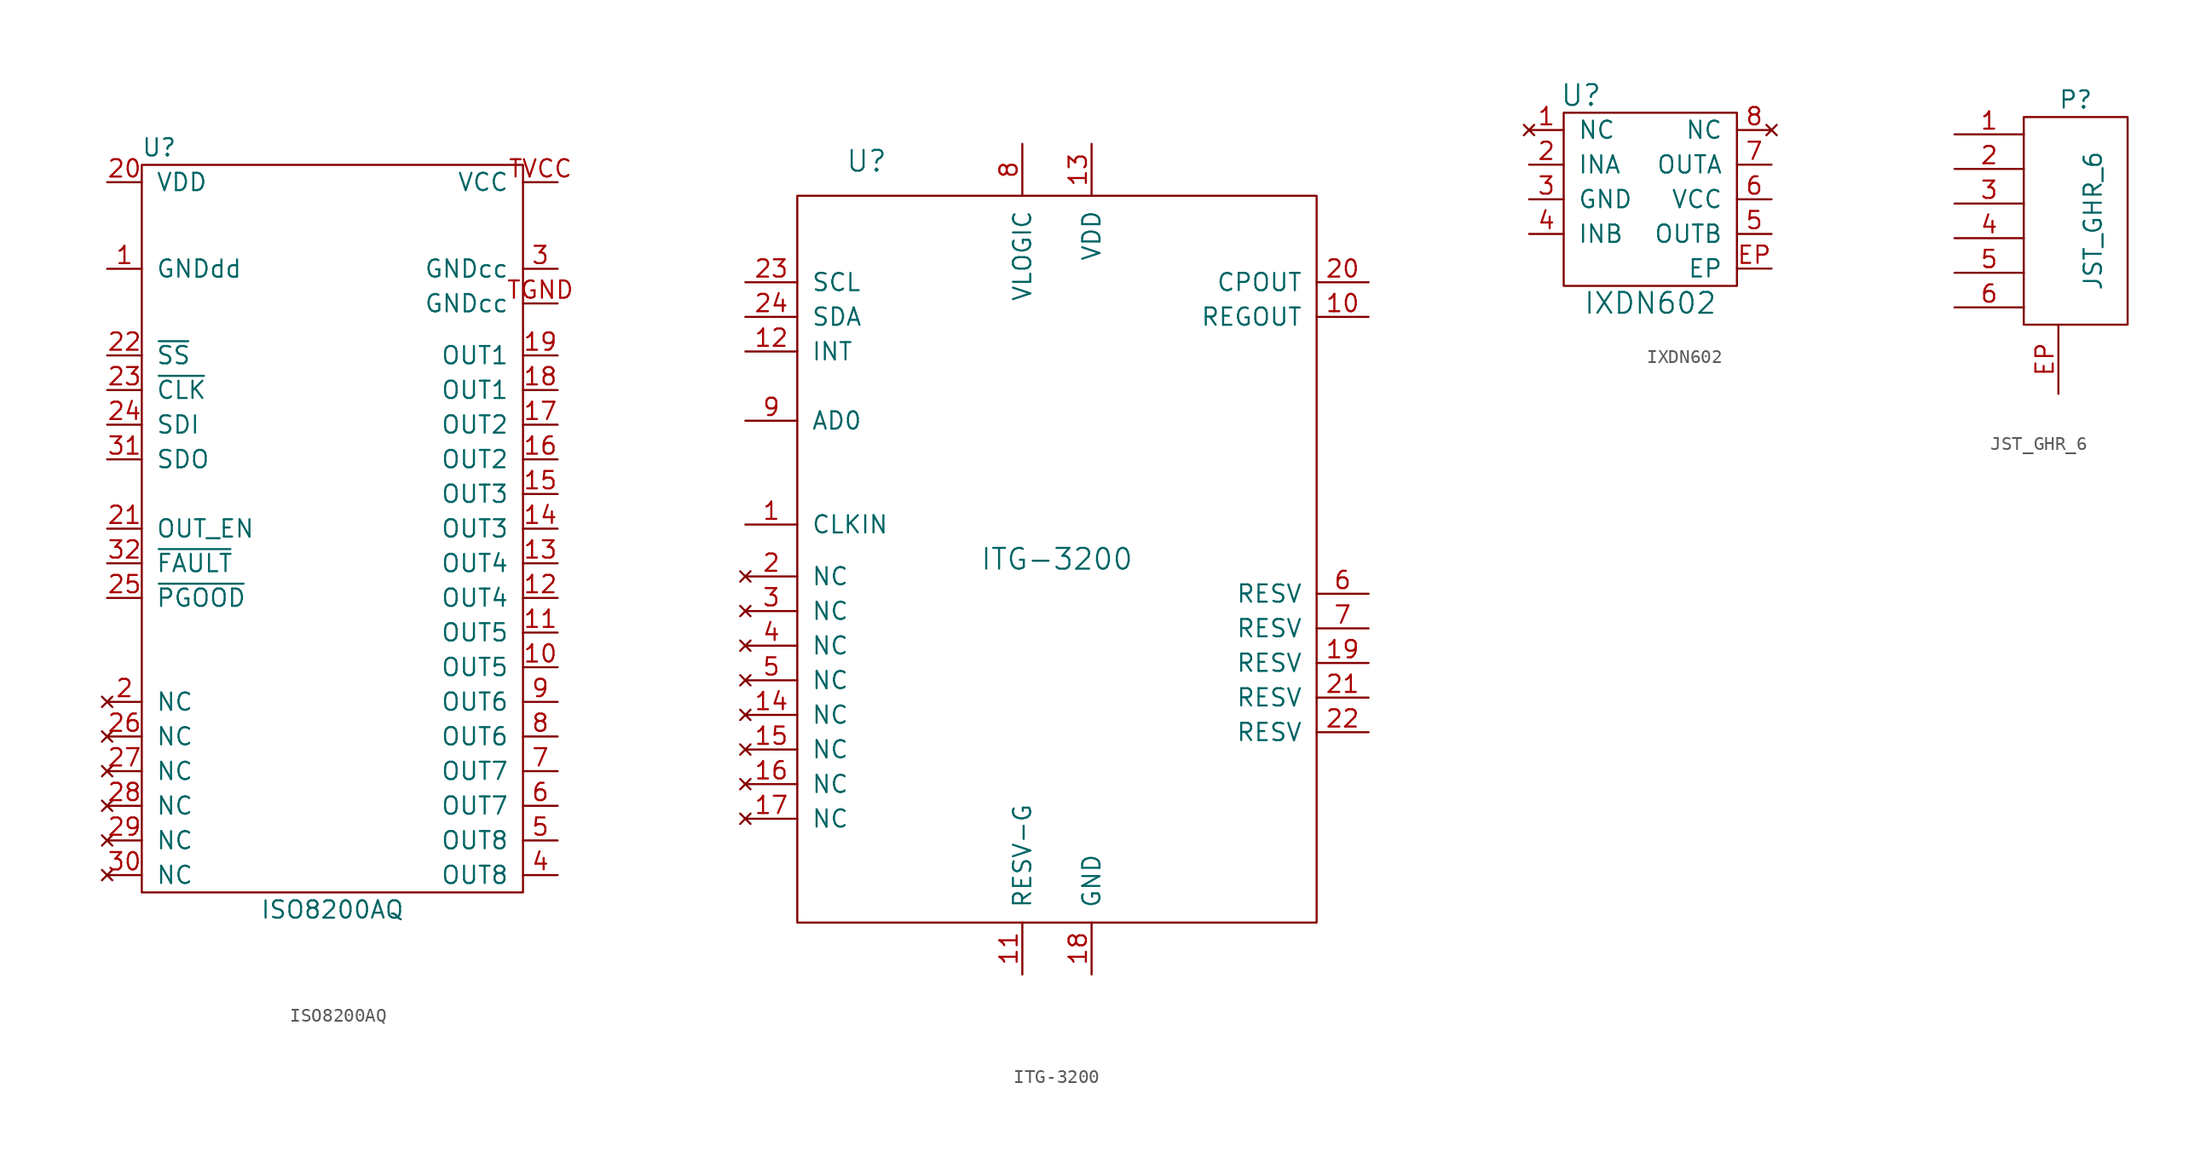
<source format=kicad_sym>
(kicad_symbol_lib
  (version 20211014)
  (generator kicad_symbol_editor)
  (symbol "ISO8200AQ"
    (pin_names
      (offset 1.016))
    (property "Reference" "U"
      (at -12.7 27.94 0)
      (effects (font (size 1.27 1.27))))
    (property "Value" "ISO8200AQ"
      (at 0 -27.94 0)
      (effects (font (size 1.27 1.27))))
    (symbol "ISO8200AQ_0_1"
      (rectangle (start -13.97 26.67) (end 13.97 -26.67) (stroke (width 0) (type default) (color 0 0 0 0)) (fill (type none))))
    (symbol "ISO8200AQ_1_1"
      (pin passive line (at -16.51 19.05 0) (length 2.54) (name "GNDdd" (effects (font (size 1.27 1.27)))) (number "1" (effects (font (size 1.27 1.27)))))
      (pin passive line (at 16.51 -10.16 180) (length 2.54) (name "OUT5" (effects (font (size 1.27 1.27)))) (number "10" (effects (font (size 1.27 1.27)))))
      (pin passive line (at 16.51 -7.62 180) (length 2.54) (name "OUT5" (effects (font (size 1.27 1.27)))) (number "11" (effects (font (size 1.27 1.27)))))
      (pin passive line (at 16.51 -5.08 180) (length 2.54) (name "OUT4" (effects (font (size 1.27 1.27)))) (number "12" (effects (font (size 1.27 1.27)))))
      (pin passive line (at 16.51 -2.54 180) (length 2.54) (name "OUT4" (effects (font (size 1.27 1.27)))) (number "13" (effects (font (size 1.27 1.27)))))
      (pin passive line (at 16.51 0 180) (length 2.54) (name "OUT3" (effects (font (size 1.27 1.27)))) (number "14" (effects (font (size 1.27 1.27)))))
      (pin passive line (at 16.51 2.54 180) (length 2.54) (name "OUT3" (effects (font (size 1.27 1.27)))) (number "15" (effects (font (size 1.27 1.27)))))
      (pin passive line (at 16.51 5.08 180) (length 2.54) (name "OUT2" (effects (font (size 1.27 1.27)))) (number "16" (effects (font (size 1.27 1.27)))))
      (pin passive line (at 16.51 7.62 180) (length 2.54) (name "OUT2" (effects (font (size 1.27 1.27)))) (number "17" (effects (font (size 1.27 1.27)))))
      (pin passive line (at 16.51 10.16 180) (length 2.54) (name "OUT1" (effects (font (size 1.27 1.27)))) (number "18" (effects (font (size 1.27 1.27)))))
      (pin passive line (at 16.51 12.7 180) (length 2.54) (name "OUT1" (effects (font (size 1.27 1.27)))) (number "19" (effects (font (size 1.27 1.27)))))
      (pin no_connect line (at -16.51 -12.7 0) (length 2.54) (name "NC" (effects (font (size 1.27 1.27)))) (number "2" (effects (font (size 1.27 1.27)))))
      (pin passive line (at -16.51 25.4 0) (length 2.54) (name "VDD" (effects (font (size 1.27 1.27)))) (number "20" (effects (font (size 1.27 1.27)))))
      (pin passive line (at -16.51 0 0) (length 2.54) (name "OUT_EN" (effects (font (size 1.27 1.27)))) (number "21" (effects (font (size 1.27 1.27)))))
      (pin passive line (at -16.51 12.7 0) (length 2.54) (name "~{SS}" (effects (font (size 1.27 1.27)))) (number "22" (effects (font (size 1.27 1.27)))))
      (pin passive line (at -16.51 10.16 0) (length 2.54) (name "~{CLK}" (effects (font (size 1.27 1.27)))) (number "23" (effects (font (size 1.27 1.27)))))
      (pin passive line (at -16.51 7.62 0) (length 2.54) (name "SDI" (effects (font (size 1.27 1.27)))) (number "24" (effects (font (size 1.27 1.27)))))
      (pin passive line (at -16.51 -5.08 0) (length 2.54) (name "~{PGOOD}" (effects (font (size 1.27 1.27)))) (number "25" (effects (font (size 1.27 1.27)))))
      (pin no_connect line (at -16.51 -15.24 0) (length 2.54) (name "NC" (effects (font (size 1.27 1.27)))) (number "26" (effects (font (size 1.27 1.27)))))
      (pin no_connect line (at -16.51 -17.78 0) (length 2.54) (name "NC" (effects (font (size 1.27 1.27)))) (number "27" (effects (font (size 1.27 1.27)))))
      (pin no_connect line (at -16.51 -20.32 0) (length 2.54) (name "NC" (effects (font (size 1.27 1.27)))) (number "28" (effects (font (size 1.27 1.27)))))
      (pin no_connect line (at -16.51 -22.86 0) (length 2.54) (name "NC" (effects (font (size 1.27 1.27)))) (number "29" (effects (font (size 1.27 1.27)))))
      (pin passive line (at 16.51 19.05 180) (length 2.54) (name "GNDcc" (effects (font (size 1.27 1.27)))) (number "3" (effects (font (size 1.27 1.27)))))
      (pin no_connect line (at -16.51 -25.4 0) (length 2.54) (name "NC" (effects (font (size 1.27 1.27)))) (number "30" (effects (font (size 1.27 1.27)))))
      (pin passive line (at -16.51 5.08 0) (length 2.54) (name "SDO" (effects (font (size 1.27 1.27)))) (number "31" (effects (font (size 1.27 1.27)))))
      (pin passive line (at -16.51 -2.54 0) (length 2.54) (name "~{FAULT}" (effects (font (size 1.27 1.27)))) (number "32" (effects (font (size 1.27 1.27)))))
      (pin passive line (at 16.51 -25.4 180) (length 2.54) (name "OUT8" (effects (font (size 1.27 1.27)))) (number "4" (effects (font (size 1.27 1.27)))))
      (pin passive line (at 16.51 -22.86 180) (length 2.54) (name "OUT8" (effects (font (size 1.27 1.27)))) (number "5" (effects (font (size 1.27 1.27)))))
      (pin passive line (at 16.51 -20.32 180) (length 2.54) (name "OUT7" (effects (font (size 1.27 1.27)))) (number "6" (effects (font (size 1.27 1.27)))))
      (pin passive line (at 16.51 -17.78 180) (length 2.54) (name "OUT7" (effects (font (size 1.27 1.27)))) (number "7" (effects (font (size 1.27 1.27)))))
      (pin passive line (at 16.51 -15.24 180) (length 2.54) (name "OUT6" (effects (font (size 1.27 1.27)))) (number "8" (effects (font (size 1.27 1.27)))))
      (pin passive line (at 16.51 -12.7 180) (length 2.54) (name "OUT6" (effects (font (size 1.27 1.27)))) (number "9" (effects (font (size 1.27 1.27)))))
      (pin passive line (at 16.51 16.51 180) (length 2.54) (name "GNDcc" (effects (font (size 1.27 1.27)))) (number "TGND" (effects (font (size 1.27 1.27)))))
      (pin passive line (at 16.51 25.4 180) (length 2.54) (name "VCC" (effects (font (size 1.27 1.27)))) (number "TVCC" (effects (font (size 1.27 1.27)))))))
  (symbol "ITG-3200"
    (pin_names
      (offset 1.016))
    (property "Reference" "U"
      (at -13.97 29.21 0)
      (effects (font (size 1.524 1.524))))
    (property "Value" "ITG-3200"
      (at 0 0 0)
      (effects (font (size 1.524 1.524))))
    (property "Footprint" ""
      (at 0 0 0)
      (effects (font (size 1.524 1.524))))
    (property "Datasheet" ""
      (at 0 0 0)
      (effects (font (size 1.524 1.524))))
    (symbol "ITG-3200_0_1"
      (rectangle (start -19.05 26.67) (end 19.05 -26.67) (stroke (width 0) (type default) (color 0 0 0 0)) (fill (type none))))
    (symbol "ITG-3200_1_1"
      (pin passive line (at -22.86 2.54 0) (length 3.81) (name "CLKIN" (effects (font (size 1.27 1.27)))) (number "1" (effects (font (size 1.27 1.27)))))
      (pin passive line (at 22.86 17.78 180) (length 3.81) (name "REGOUT" (effects (font (size 1.27 1.27)))) (number "10" (effects (font (size 1.27 1.27)))))
      (pin passive line (at -2.54 -30.48 90) (length 3.81) (name "RESV-G" (effects (font (size 1.27 1.27)))) (number "11" (effects (font (size 1.27 1.27)))))
      (pin passive line (at -22.86 15.24 0) (length 3.81) (name "INT" (effects (font (size 1.27 1.27)))) (number "12" (effects (font (size 1.27 1.27)))))
      (pin passive line (at 2.54 30.48 270) (length 3.81) (name "VDD" (effects (font (size 1.27 1.27)))) (number "13" (effects (font (size 1.27 1.27)))))
      (pin no_connect line (at -22.86 -11.43 0) (length 3.81) (name "NC" (effects (font (size 1.27 1.27)))) (number "14" (effects (font (size 1.27 1.27)))))
      (pin no_connect line (at -22.86 -13.97 0) (length 3.81) (name "NC" (effects (font (size 1.27 1.27)))) (number "15" (effects (font (size 1.27 1.27)))))
      (pin no_connect line (at -22.86 -16.51 0) (length 3.81) (name "NC" (effects (font (size 1.27 1.27)))) (number "16" (effects (font (size 1.27 1.27)))))
      (pin no_connect line (at -22.86 -19.05 0) (length 3.81) (name "NC" (effects (font (size 1.27 1.27)))) (number "17" (effects (font (size 1.27 1.27)))))
      (pin passive line (at 2.54 -30.48 90) (length 3.81) (name "GND" (effects (font (size 1.27 1.27)))) (number "18" (effects (font (size 1.27 1.27)))))
      (pin passive line (at 22.86 -7.62 180) (length 3.81) (name "RESV" (effects (font (size 1.27 1.27)))) (number "19" (effects (font (size 1.27 1.27)))))
      (pin no_connect line (at -22.86 -1.27 0) (length 3.81) (name "NC" (effects (font (size 1.27 1.27)))) (number "2" (effects (font (size 1.27 1.27)))))
      (pin passive line (at 22.86 20.32 180) (length 3.81) (name "CPOUT" (effects (font (size 1.27 1.27)))) (number "20" (effects (font (size 1.27 1.27)))))
      (pin passive line (at 22.86 -10.16 180) (length 3.81) (name "RESV" (effects (font (size 1.27 1.27)))) (number "21" (effects (font (size 1.27 1.27)))))
      (pin passive line (at 22.86 -12.7 180) (length 3.81) (name "RESV" (effects (font (size 1.27 1.27)))) (number "22" (effects (font (size 1.27 1.27)))))
      (pin passive line (at -22.86 20.32 0) (length 3.81) (name "SCL" (effects (font (size 1.27 1.27)))) (number "23" (effects (font (size 1.27 1.27)))))
      (pin passive line (at -22.86 17.78 0) (length 3.81) (name "SDA" (effects (font (size 1.27 1.27)))) (number "24" (effects (font (size 1.27 1.27)))))
      (pin no_connect line (at -22.86 -3.81 0) (length 3.81) (name "NC" (effects (font (size 1.27 1.27)))) (number "3" (effects (font (size 1.27 1.27)))))
      (pin no_connect line (at -22.86 -6.35 0) (length 3.81) (name "NC" (effects (font (size 1.27 1.27)))) (number "4" (effects (font (size 1.27 1.27)))))
      (pin no_connect line (at -22.86 -8.89 0) (length 3.81) (name "NC" (effects (font (size 1.27 1.27)))) (number "5" (effects (font (size 1.27 1.27)))))
      (pin passive line (at 22.86 -2.54 180) (length 3.81) (name "RESV" (effects (font (size 1.27 1.27)))) (number "6" (effects (font (size 1.27 1.27)))))
      (pin passive line (at 22.86 -5.08 180) (length 3.81) (name "RESV" (effects (font (size 1.27 1.27)))) (number "7" (effects (font (size 1.27 1.27)))))
      (pin passive line (at -2.54 30.48 270) (length 3.81) (name "VLOGIC" (effects (font (size 1.27 1.27)))) (number "8" (effects (font (size 1.27 1.27)))))
      (pin passive line (at -22.86 10.16 0) (length 3.81) (name "AD0" (effects (font (size 1.27 1.27)))) (number "9" (effects (font (size 1.27 1.27)))))))
  (symbol "IXDN602"
    (pin_names
      (offset 1.016))
    (property "Reference" "U"
      (at -5.08 6.35 0)
      (effects (font (size 1.524 1.524))))
    (property "Value" "IXDN602"
      (at 0 -8.89 0)
      (effects (font (size 1.524 1.524))))
    (property "Footprint" ""
      (at 13.97 -5.08 0)
      (effects (font (size 1.524 1.524))))
    (property "Datasheet" ""
      (at 13.97 -5.08 0)
      (effects (font (size 1.524 1.524))))
    (symbol "IXDN602_0_1"
      (rectangle (start -6.35 5.08) (end 6.35 -7.62) (stroke (width 0) (type default) (color 0 0 0 0)) (fill (type none))))
    (symbol "IXDN602_1_1"
      (pin no_connect line (at -8.89 3.81 0) (length 2.54) (name "NC" (effects (font (size 1.27 1.27)))) (number "1" (effects (font (size 1.27 1.27)))))
      (pin input line (at -8.89 1.27 0) (length 2.54) (name "INA" (effects (font (size 1.27 1.27)))) (number "2" (effects (font (size 1.27 1.27)))))
      (pin passive line (at -8.89 -1.27 0) (length 2.54) (name "GND" (effects (font (size 1.27 1.27)))) (number "3" (effects (font (size 1.27 1.27)))))
      (pin input line (at -8.89 -3.81 0) (length 2.54) (name "INB" (effects (font (size 1.27 1.27)))) (number "4" (effects (font (size 1.27 1.27)))))
      (pin output line (at 8.89 -3.81 180) (length 2.54) (name "OUTB" (effects (font (size 1.27 1.27)))) (number "5" (effects (font (size 1.27 1.27)))))
      (pin passive line (at 8.89 -1.27 180) (length 2.54) (name "VCC" (effects (font (size 1.27 1.27)))) (number "6" (effects (font (size 1.27 1.27)))))
      (pin output line (at 8.89 1.27 180) (length 2.54) (name "OUTA" (effects (font (size 1.27 1.27)))) (number "7" (effects (font (size 1.27 1.27)))))
      (pin no_connect line (at 8.89 3.81 180) (length 2.54) (name "NC" (effects (font (size 1.27 1.27)))) (number "8" (effects (font (size 1.27 1.27)))))
      (pin passive line (at 8.89 -6.35 180) (length 2.54) (name "EP" (effects (font (size 1.27 1.27)))) (number "EP" (effects (font (size 1.27 1.27)))))))
  (symbol "JST_GHR_6"
    (pin_names
      (offset 1.016))
    (property "Reference" "P"
      (at 0 8.89 0)
      (effects (font (size 1.27 1.27))))
    (property "Value" "JST_GHR_6"
      (at 1.27 0 90)
      (effects (font (size 1.27 1.27))))
    (symbol "JST_GHR_6_0_1"
      (rectangle (start -3.81 -7.62) (end 3.81 7.62) (stroke (width 0) (type default) (color 0 0 0 0)) (fill (type none))))
    (symbol "JST_GHR_6_1_1"
      (pin passive line (at -8.89 6.35 0) (length 5.08) (name "~" (effects (font (size 1.27 1.27)))) (number "1" (effects (font (size 1.27 1.27)))))
      (pin passive line (at -8.89 3.81 0) (length 5.08) (name "~" (effects (font (size 1.27 1.27)))) (number "2" (effects (font (size 1.27 1.27)))))
      (pin passive line (at -8.89 1.27 0) (length 5.08) (name "~" (effects (font (size 1.27 1.27)))) (number "3" (effects (font (size 1.27 1.27)))))
      (pin passive line (at -8.89 -1.27 0) (length 5.08) (name "~" (effects (font (size 1.27 1.27)))) (number "4" (effects (font (size 1.27 1.27)))))
      (pin passive line (at -8.89 -3.81 0) (length 5.08) (name "~" (effects (font (size 1.27 1.27)))) (number "5" (effects (font (size 1.27 1.27)))))
      (pin passive line (at -8.89 -6.35 0) (length 5.08) (name "~" (effects (font (size 1.27 1.27)))) (number "6" (effects (font (size 1.27 1.27)))))
      (pin passive line (at -1.27 -12.7 90) (length 5.08) (name "~" (effects (font (size 1.27 1.27)))) (number "EP" (effects (font (size 1.27 1.27))))))))
</source>
